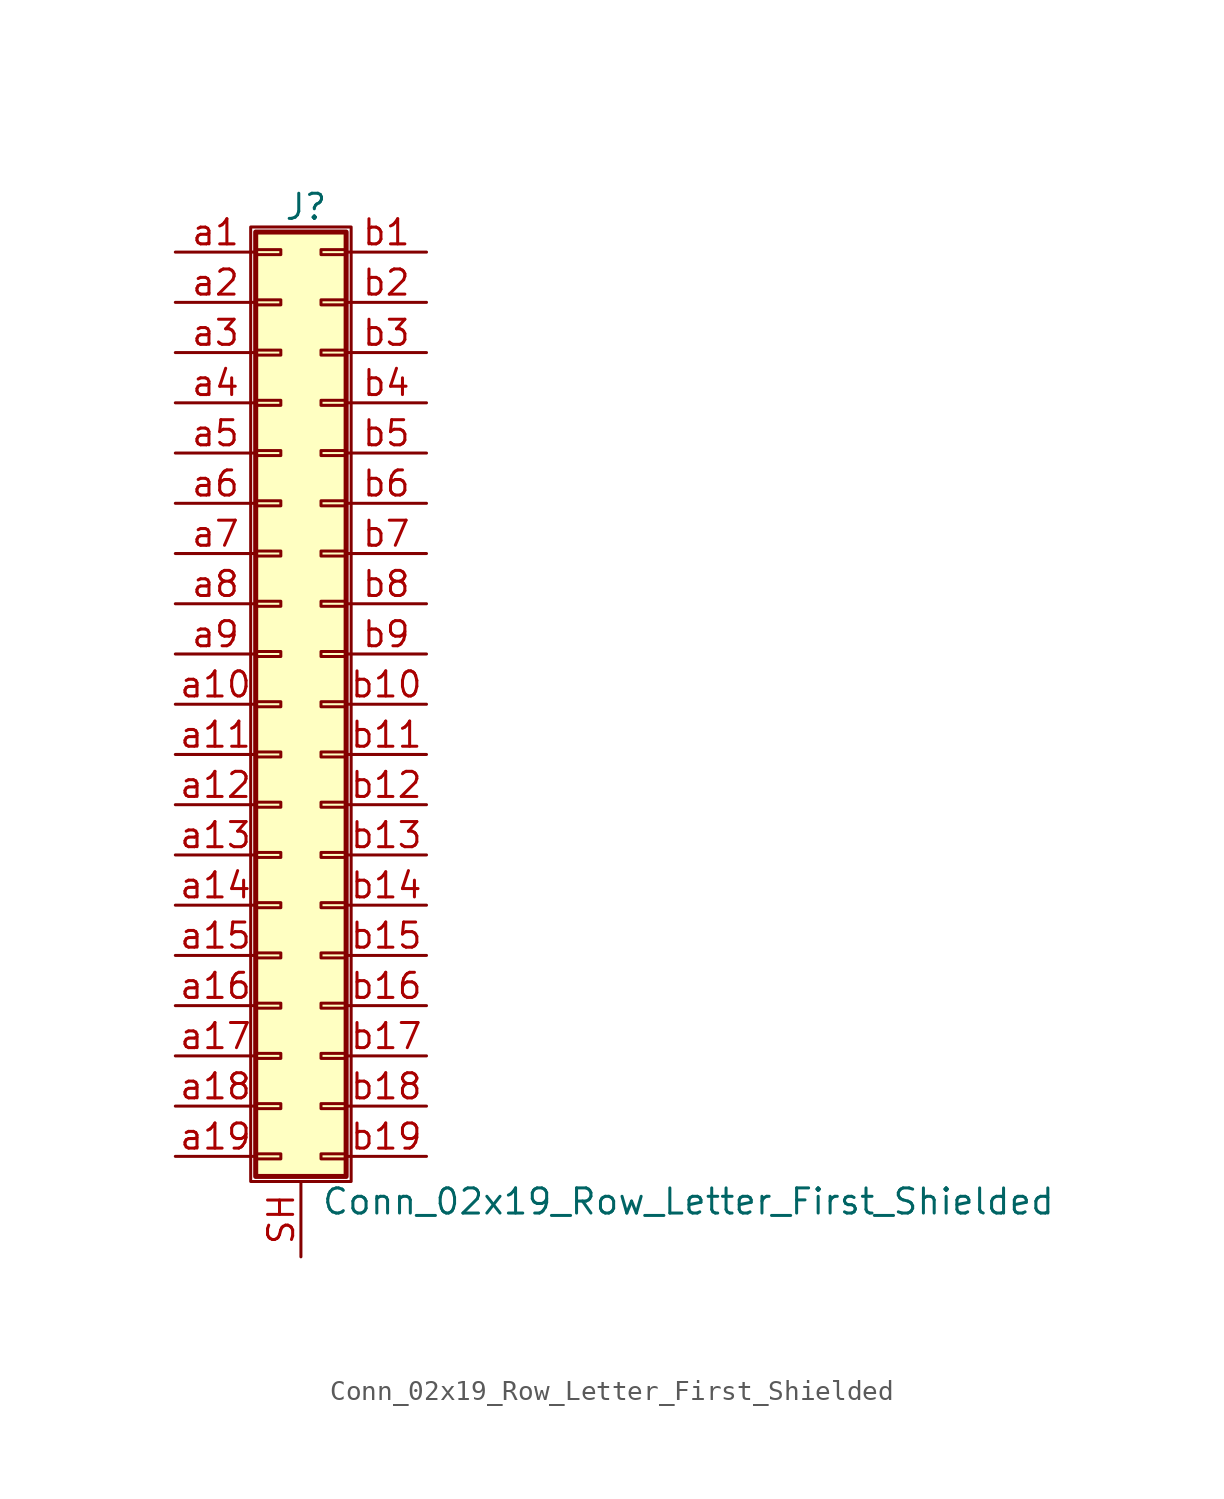
<source format=kicad_sym>
(kicad_symbol_lib
  (version 20201005)
  (generator kicad_symbol_editor)
  (symbol "Conn_02x19_Row_Letter_First_Shielded"
    (pin_names
      (offset 1.016) hide)
    (property "Reference" "J"
      (at 1.524 25.146 0)
      (effects (font (size 1.27 1.27))))
    (property "Value" "Conn_02x19_Row_Letter_First_Shielded"
      (at 2.286 -25.146 0)
      (effects (font (size 1.27 1.27)) (justify left)))
    (symbol "Conn_02x19_Row_Letter_First_Shielded_1_1"
      (rectangle (start -1.27 24.13) (end 3.81 -24.13) (stroke (width 0.152)) (fill (type none)))
      (rectangle (start -1.016 -22.733) (end 0.254 -22.987) (stroke (width 0.152)) (fill (type none)))
      (rectangle (start -1.016 -20.193) (end 0.254 -20.447) (stroke (width 0.152)) (fill (type none)))
      (rectangle (start -1.016 -17.653) (end 0.254 -17.907) (stroke (width 0.152)) (fill (type none)))
      (rectangle (start -1.016 -15.113) (end 0.254 -15.367) (stroke (width 0.152)) (fill (type none)))
      (rectangle (start -1.016 -12.573) (end 0.254 -12.827) (stroke (width 0.152)) (fill (type none)))
      (rectangle (start -1.016 -10.033) (end 0.254 -10.287) (stroke (width 0.152)) (fill (type none)))
      (rectangle (start -1.016 -7.493) (end 0.254 -7.747) (stroke (width 0.152)) (fill (type none)))
      (rectangle (start -1.016 -4.953) (end 0.254 -5.207) (stroke (width 0.152)) (fill (type none)))
      (rectangle (start -1.016 -2.413) (end 0.254 -2.667) (stroke (width 0.152)) (fill (type none)))
      (rectangle (start -1.016 0.127) (end 0.254 -0.127) (stroke (width 0.152)) (fill (type none)))
      (rectangle (start -1.016 2.667) (end 0.254 2.413) (stroke (width 0.152)) (fill (type none)))
      (rectangle (start -1.016 5.207) (end 0.254 4.953) (stroke (width 0.152)) (fill (type none)))
      (rectangle (start -1.016 7.747) (end 0.254 7.493) (stroke (width 0.152)) (fill (type none)))
      (rectangle (start -1.016 10.287) (end 0.254 10.033) (stroke (width 0.152)) (fill (type none)))
      (rectangle (start -1.016 12.827) (end 0.254 12.573) (stroke (width 0.152)) (fill (type none)))
      (rectangle (start -1.016 15.367) (end 0.254 15.113) (stroke (width 0.152)) (fill (type none)))
      (rectangle (start -1.016 17.907) (end 0.254 17.653) (stroke (width 0.152)) (fill (type none)))
      (rectangle (start -1.016 20.447) (end 0.254 20.193) (stroke (width 0.152)) (fill (type none)))
      (rectangle (start -1.016 22.987) (end 0.254 22.733) (stroke (width 0.152)) (fill (type none)))
      (rectangle (start -1.016 23.876) (end 3.556 -23.876) (stroke (width 0.254)) (fill (type background)))
      (rectangle (start 3.556 -22.733) (end 2.286 -22.987) (stroke (width 0.152)) (fill (type none)))
      (rectangle (start 3.556 -20.193) (end 2.286 -20.447) (stroke (width 0.152)) (fill (type none)))
      (rectangle (start 3.556 -17.653) (end 2.286 -17.907) (stroke (width 0.152)) (fill (type none)))
      (rectangle (start 3.556 -15.113) (end 2.286 -15.367) (stroke (width 0.152)) (fill (type none)))
      (rectangle (start 3.556 -12.573) (end 2.286 -12.827) (stroke (width 0.152)) (fill (type none)))
      (rectangle (start 3.556 -10.033) (end 2.286 -10.287) (stroke (width 0.152)) (fill (type none)))
      (rectangle (start 3.556 -7.493) (end 2.286 -7.747) (stroke (width 0.152)) (fill (type none)))
      (rectangle (start 3.556 -4.953) (end 2.286 -5.207) (stroke (width 0.152)) (fill (type none)))
      (rectangle (start 3.556 -2.413) (end 2.286 -2.667) (stroke (width 0.152)) (fill (type none)))
      (rectangle (start 3.556 0.127) (end 2.286 -0.127) (stroke (width 0.152)) (fill (type none)))
      (rectangle (start 3.556 2.667) (end 2.286 2.413) (stroke (width 0.152)) (fill (type none)))
      (rectangle (start 3.556 5.207) (end 2.286 4.953) (stroke (width 0.152)) (fill (type none)))
      (rectangle (start 3.556 7.747) (end 2.286 7.493) (stroke (width 0.152)) (fill (type none)))
      (rectangle (start 3.556 10.287) (end 2.286 10.033) (stroke (width 0.152)) (fill (type none)))
      (rectangle (start 3.556 12.827) (end 2.286 12.573) (stroke (width 0.152)) (fill (type none)))
      (rectangle (start 3.556 15.367) (end 2.286 15.113) (stroke (width 0.152)) (fill (type none)))
      (rectangle (start 3.556 17.907) (end 2.286 17.653) (stroke (width 0.152)) (fill (type none)))
      (rectangle (start 3.556 20.447) (end 2.286 20.193) (stroke (width 0.152)) (fill (type none)))
      (rectangle (start 3.556 22.987) (end 2.286 22.733) (stroke (width 0.152)) (fill (type none)))
      (pin passive line (at 1.27 -27.94 90) (length 3.81) (name "Shield" (effects (font (size 1.27 1.27)))) (number "SH" (effects (font (size 1.27 1.27)))))
      (pin passive line (at -5.08 22.86 0) (length 4.064) (name "Pin_a1" (effects (font (size 1.27 1.27)))) (number "a1" (effects (font (size 1.27 1.27)))))
      (pin passive line (at -5.08 0 0) (length 4.064) (name "Pin_a10" (effects (font (size 1.27 1.27)))) (number "a10" (effects (font (size 1.27 1.27)))))
      (pin passive line (at -5.08 -2.54 0) (length 4.064) (name "Pin_a11" (effects (font (size 1.27 1.27)))) (number "a11" (effects (font (size 1.27 1.27)))))
      (pin passive line (at -5.08 -5.08 0) (length 4.064) (name "Pin_a12" (effects (font (size 1.27 1.27)))) (number "a12" (effects (font (size 1.27 1.27)))))
      (pin passive line (at -5.08 -7.62 0) (length 4.064) (name "Pin_a13" (effects (font (size 1.27 1.27)))) (number "a13" (effects (font (size 1.27 1.27)))))
      (pin passive line (at -5.08 -10.16 0) (length 4.064) (name "Pin_a14" (effects (font (size 1.27 1.27)))) (number "a14" (effects (font (size 1.27 1.27)))))
      (pin passive line (at -5.08 -12.7 0) (length 4.064) (name "Pin_a15" (effects (font (size 1.27 1.27)))) (number "a15" (effects (font (size 1.27 1.27)))))
      (pin passive line (at -5.08 -15.24 0) (length 4.064) (name "Pin_a16" (effects (font (size 1.27 1.27)))) (number "a16" (effects (font (size 1.27 1.27)))))
      (pin passive line (at -5.08 -17.78 0) (length 4.064) (name "Pin_a17" (effects (font (size 1.27 1.27)))) (number "a17" (effects (font (size 1.27 1.27)))))
      (pin passive line (at -5.08 -20.32 0) (length 4.064) (name "Pin_a18" (effects (font (size 1.27 1.27)))) (number "a18" (effects (font (size 1.27 1.27)))))
      (pin passive line (at -5.08 -22.86 0) (length 4.064) (name "Pin_a19" (effects (font (size 1.27 1.27)))) (number "a19" (effects (font (size 1.27 1.27)))))
      (pin passive line (at -5.08 20.32 0) (length 4.064) (name "Pin_a2" (effects (font (size 1.27 1.27)))) (number "a2" (effects (font (size 1.27 1.27)))))
      (pin passive line (at -5.08 17.78 0) (length 4.064) (name "Pin_a3" (effects (font (size 1.27 1.27)))) (number "a3" (effects (font (size 1.27 1.27)))))
      (pin passive line (at -5.08 15.24 0) (length 4.064) (name "Pin_a4" (effects (font (size 1.27 1.27)))) (number "a4" (effects (font (size 1.27 1.27)))))
      (pin passive line (at -5.08 12.7 0) (length 4.064) (name "Pin_a5" (effects (font (size 1.27 1.27)))) (number "a5" (effects (font (size 1.27 1.27)))))
      (pin passive line (at -5.08 10.16 0) (length 4.064) (name "Pin_a6" (effects (font (size 1.27 1.27)))) (number "a6" (effects (font (size 1.27 1.27)))))
      (pin passive line (at -5.08 7.62 0) (length 4.064) (name "Pin_a7" (effects (font (size 1.27 1.27)))) (number "a7" (effects (font (size 1.27 1.27)))))
      (pin passive line (at -5.08 5.08 0) (length 4.064) (name "Pin_a8" (effects (font (size 1.27 1.27)))) (number "a8" (effects (font (size 1.27 1.27)))))
      (pin passive line (at -5.08 2.54 0) (length 4.064) (name "Pin_a9" (effects (font (size 1.27 1.27)))) (number "a9" (effects (font (size 1.27 1.27)))))
      (pin passive line (at 7.62 22.86 180) (length 4.064) (name "Pin_b1" (effects (font (size 1.27 1.27)))) (number "b1" (effects (font (size 1.27 1.27)))))
      (pin passive line (at 7.62 0 180) (length 4.064) (name "Pin_b10" (effects (font (size 1.27 1.27)))) (number "b10" (effects (font (size 1.27 1.27)))))
      (pin passive line (at 7.62 -2.54 180) (length 4.064) (name "Pin_b11" (effects (font (size 1.27 1.27)))) (number "b11" (effects (font (size 1.27 1.27)))))
      (pin passive line (at 7.62 -5.08 180) (length 4.064) (name "Pin_b12" (effects (font (size 1.27 1.27)))) (number "b12" (effects (font (size 1.27 1.27)))))
      (pin passive line (at 7.62 -7.62 180) (length 4.064) (name "Pin_b13" (effects (font (size 1.27 1.27)))) (number "b13" (effects (font (size 1.27 1.27)))))
      (pin passive line (at 7.62 -10.16 180) (length 4.064) (name "Pin_b14" (effects (font (size 1.27 1.27)))) (number "b14" (effects (font (size 1.27 1.27)))))
      (pin passive line (at 7.62 -12.7 180) (length 4.064) (name "Pin_b15" (effects (font (size 1.27 1.27)))) (number "b15" (effects (font (size 1.27 1.27)))))
      (pin passive line (at 7.62 -15.24 180) (length 4.064) (name "Pin_b16" (effects (font (size 1.27 1.27)))) (number "b16" (effects (font (size 1.27 1.27)))))
      (pin passive line (at 7.62 -17.78 180) (length 4.064) (name "Pin_b17" (effects (font (size 1.27 1.27)))) (number "b17" (effects (font (size 1.27 1.27)))))
      (pin passive line (at 7.62 -20.32 180) (length 4.064) (name "Pin_b18" (effects (font (size 1.27 1.27)))) (number "b18" (effects (font (size 1.27 1.27)))))
      (pin passive line (at 7.62 -22.86 180) (length 4.064) (name "Pin_b19" (effects (font (size 1.27 1.27)))) (number "b19" (effects (font (size 1.27 1.27)))))
      (pin passive line (at 7.62 20.32 180) (length 4.064) (name "Pin_b2" (effects (font (size 1.27 1.27)))) (number "b2" (effects (font (size 1.27 1.27)))))
      (pin passive line (at 7.62 17.78 180) (length 4.064) (name "Pin_b3" (effects (font (size 1.27 1.27)))) (number "b3" (effects (font (size 1.27 1.27)))))
      (pin passive line (at 7.62 15.24 180) (length 4.064) (name "Pin_b4" (effects (font (size 1.27 1.27)))) (number "b4" (effects (font (size 1.27 1.27)))))
      (pin passive line (at 7.62 12.7 180) (length 4.064) (name "Pin_b5" (effects (font (size 1.27 1.27)))) (number "b5" (effects (font (size 1.27 1.27)))))
      (pin passive line (at 7.62 10.16 180) (length 4.064) (name "Pin_b6" (effects (font (size 1.27 1.27)))) (number "b6" (effects (font (size 1.27 1.27)))))
      (pin passive line (at 7.62 7.62 180) (length 4.064) (name "Pin_b7" (effects (font (size 1.27 1.27)))) (number "b7" (effects (font (size 1.27 1.27)))))
      (pin passive line (at 7.62 5.08 180) (length 4.064) (name "Pin_b8" (effects (font (size 1.27 1.27)))) (number "b8" (effects (font (size 1.27 1.27)))))
      (pin passive line (at 7.62 2.54 180) (length 4.064) (name "Pin_b9" (effects (font (size 1.27 1.27)))) (number "b9" (effects (font (size 1.27 1.27))))))))
</source>
